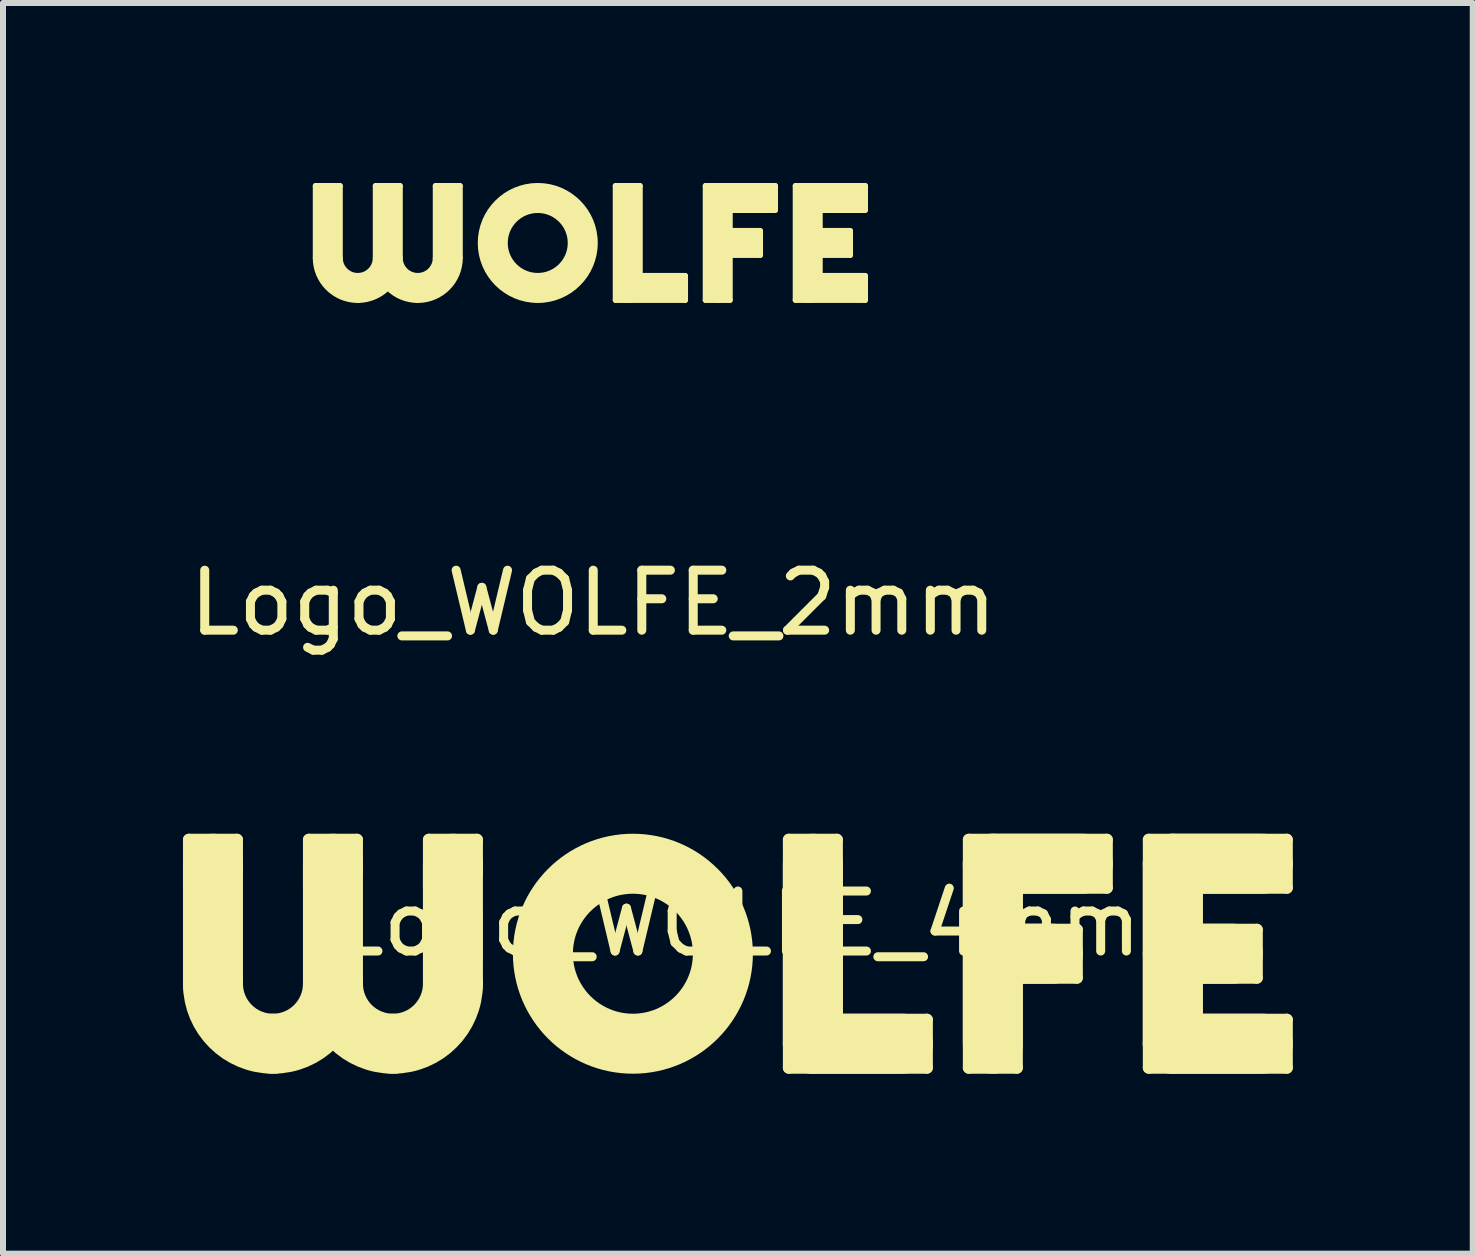
<source format=kicad_pcb>
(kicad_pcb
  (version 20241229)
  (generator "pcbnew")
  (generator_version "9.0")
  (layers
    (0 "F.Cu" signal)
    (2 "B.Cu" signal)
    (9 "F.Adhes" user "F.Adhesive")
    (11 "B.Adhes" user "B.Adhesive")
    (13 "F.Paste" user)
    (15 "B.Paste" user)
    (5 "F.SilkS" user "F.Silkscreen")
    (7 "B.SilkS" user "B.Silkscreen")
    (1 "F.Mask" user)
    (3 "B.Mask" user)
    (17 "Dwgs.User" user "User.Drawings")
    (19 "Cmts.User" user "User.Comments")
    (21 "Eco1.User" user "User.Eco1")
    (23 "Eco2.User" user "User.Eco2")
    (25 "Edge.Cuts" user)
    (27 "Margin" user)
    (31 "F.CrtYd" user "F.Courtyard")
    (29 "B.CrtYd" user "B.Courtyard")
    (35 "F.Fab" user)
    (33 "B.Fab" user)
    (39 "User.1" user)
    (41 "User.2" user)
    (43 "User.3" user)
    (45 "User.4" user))
  (footprint "Logo_WOLFE_4mm"
    (layer "F.Cu")
    (at 9.25 12.848)
    (property "Reference" "Logo_WOLFE_4mm" (at 0 -0.5 0) (unlocked yes) (layer "F.SilkS") (effects (font (size 1 1) (thickness 0.15))))
    (attr smd board_only exclude_from_pos_files exclude_from_bom allow_missing_courtyard)
    (fp_line (start -9.15 -1.1) (end -9.15 -1.9) (stroke (width 0.2) (type solid)) (layer "F.SilkS"))
    (fp_line (start -8.75 0.5) (end -8.75 -1.5) (stroke (width 1) (type solid)) (layer "F.SilkS"))
    (fp_line (start -8.35 -1.9) (end -9.15 -1.9) (stroke (width 0.2) (type solid)) (layer "F.SilkS"))
    (fp_line (start -8.35 -1.35) (end -8.35 -1.9) (stroke (width 0.2) (type solid)) (layer "F.SilkS"))
    (fp_line (start -7.15 -1.1) (end -7.15 -1.9) (stroke (width 0.2) (type solid)) (layer "F.SilkS"))
    (fp_line (start -6.75 0.5) (end -6.75 -1.5) (stroke (width 1) (type solid)) (layer "F.SilkS"))
    (fp_line (start -6.35 -1.9) (end -7.15 -1.9) (stroke (width 0.2) (type solid)) (layer "F.SilkS"))
    (fp_line (start -6.35 -1.35) (end -6.35 -1.9) (stroke (width 0.2) (type solid)) (layer "F.SilkS"))
    (fp_line (start -5.15 -1.1) (end -5.15 -1.9) (stroke (width 0.2) (type solid)) (layer "F.SilkS"))
    (fp_line (start -4.75 0.5) (end -4.75 -1.5) (stroke (width 1) (type solid)) (layer "F.SilkS"))
    (fp_line (start -4.35 -1.9) (end -5.15 -1.9) (stroke (width 0.2) (type solid)) (layer "F.SilkS"))
    (fp_line (start -4.35 -1.35) (end -4.35 -1.9) (stroke (width 0.2) (type solid)) (layer "F.SilkS"))
    (fp_line (start 0.85 1.9) (end 0.85 -1.9) (stroke (width 0.2) (type solid)) (layer "F.SilkS"))
    (fp_line (start 0.85 1.9) (end 3.15 1.9) (stroke (width 0.2) (type solid)) (layer "F.SilkS"))
    (fp_line (start 1.25 -1.5) (end 1.25 1.5) (stroke (width 1) (type solid)) (layer "F.SilkS"))
    (fp_line (start 1.25 1.5) (end 2.75 1.5) (stroke (width 1) (type solid)) (layer "F.SilkS"))
    (fp_line (start 1.65 -1.9) (end 0.85 -1.9) (stroke (width 0.2) (type solid)) (layer "F.SilkS"))
    (fp_line (start 1.65 1.1) (end 1.65 -1.9) (stroke (width 0.2) (type solid)) (layer "F.SilkS"))
    (fp_line (start 1.65 1.1) (end 3.15 1.1) (stroke (width 0.2) (type solid)) (layer "F.SilkS"))
    (fp_line (start 3.15 1.9) (end 3.15 1.1) (stroke (width 0.2) (type solid)) (layer "F.SilkS"))
    (fp_line (start 3.85 -1.9) (end 6.15 -1.9) (stroke (width 0.2) (type solid)) (layer "F.SilkS"))
    (fp_line (start 3.85 1.9) (end 3.85 -1.9) (stroke (width 0.2) (type solid)) (layer "F.SilkS"))
    (fp_line (start 4.25 -1.5) (end 4.25 1.5) (stroke (width 1) (type solid)) (layer "F.SilkS"))
    (fp_line (start 4.25 -1.5) (end 5.75 -1.5) (stroke (width 1) (type solid)) (layer "F.SilkS"))
    (fp_line (start 4.25 0) (end 5.25 0) (stroke (width 1) (type solid)) (layer "F.SilkS"))
    (fp_line (start 4.65 -1.1) (end 6.15 -1.1) (stroke (width 0.2) (type solid)) (layer "F.SilkS"))
    (fp_line (start 4.65 -0.4) (end 4.65 -1.1) (stroke (width 0.2) (type solid)) (layer "F.SilkS"))
    (fp_line (start 4.65 -0.4) (end 5.65 -0.4) (stroke (width 0.2) (type solid)) (layer "F.SilkS"))
    (fp_line (start 4.65 0.4) (end 5.65 0.4) (stroke (width 0.2) (type solid)) (layer "F.SilkS"))
    (fp_line (start 4.65 1.9) (end 3.85 1.9) (stroke (width 0.2) (type solid)) (layer "F.SilkS"))
    (fp_line (start 4.65 1.9) (end 4.65 0.4) (stroke (width 0.2) (type solid)) (layer "F.SilkS"))
    (fp_line (start 5.65 0.4) (end 5.65 -0.4) (stroke (width 0.2) (type solid)) (layer "F.SilkS"))
    (fp_line (start 6.15 -1.1) (end 6.15 -1.9) (stroke (width 0.2) (type solid)) (layer "F.SilkS"))
    (fp_line (start 6.85 -1.9) (end 9.15 -1.9) (stroke (width 0.2) (type solid)) (layer "F.SilkS"))
    (fp_line (start 6.85 1.9) (end 6.85 -1.9) (stroke (width 0.2) (type solid)) (layer "F.SilkS"))
    (fp_line (start 6.85 1.9) (end 9.15 1.9) (stroke (width 0.2) (type solid)) (layer "F.SilkS"))
    (fp_line (start 7.25 -1.5) (end 7.25 1.5) (stroke (width 1) (type solid)) (layer "F.SilkS"))
    (fp_line (start 7.25 -1.5) (end 8.75 -1.5) (stroke (width 1) (type solid)) (layer "F.SilkS"))
    (fp_line (start 7.25 0) (end 8.25 0) (stroke (width 1) (type solid)) (layer "F.SilkS"))
    (fp_line (start 7.25 1.5) (end 8.75 1.5) (stroke (width 1) (type solid)) (layer "F.SilkS"))
    (fp_line (start 7.65 -1.1) (end 9.15 -1.1) (stroke (width 0.2) (type solid)) (layer "F.SilkS"))
    (fp_line (start 7.65 -0.4) (end 7.65 -1.1) (stroke (width 0.2) (type solid)) (layer "F.SilkS"))
    (fp_line (start 7.65 -0.4) (end 8.65 -0.4) (stroke (width 0.2) (type solid)) (layer "F.SilkS"))
    (fp_line (start 7.65 0.4) (end 8.65 0.4) (stroke (width 0.2) (type solid)) (layer "F.SilkS"))
    (fp_line (start 7.65 1.1) (end 7.65 0.4) (stroke (width 0.2) (type solid)) (layer "F.SilkS"))
    (fp_line (start 7.65 1.1) (end 9.15 1.1) (stroke (width 0.2) (type solid)) (layer "F.SilkS"))
    (fp_line (start 8.65 0.4) (end 8.65 -0.4) (stroke (width 0.2) (type solid)) (layer "F.SilkS"))
    (fp_line (start 9.15 -1.1) (end 9.15 -1.9) (stroke (width 0.2) (type solid)) (layer "F.SilkS"))
    (fp_line (start 9.15 1.9) (end 9.15 1.1) (stroke (width 0.2) (type solid)) (layer "F.SilkS"))
    (fp_arc (start -7.75 1.5) (mid -8.457107 1.207107) (end -8.75 0.5) (stroke (width 1) (type solid)) (layer "F.SilkS"))
    (fp_arc (start -6.75 0.5) (mid -7.042893 1.207107) (end -7.75 1.5) (stroke (width 1) (type solid)) (layer "F.SilkS"))
    (fp_arc (start -5.75 1.5) (mid -6.457107 1.207107) (end -6.75 0.5) (stroke (width 1) (type solid)) (layer "F.SilkS"))
    (fp_arc (start -4.75 0.5) (mid -5.042893 1.207107) (end -5.75 1.5) (stroke (width 1) (type solid)) (layer "F.SilkS"))
    (fp_circle (center -1.75 0) (end -0.25 0) (stroke (width 1) (type solid)) (fill no) (layer "F.SilkS")))
  (footprint "Logo_WOLFE_2mm"
    (layer "F.Cu")
    (at 6.789 1)
    (property "Reference" "Logo_WOLFE_2mm" (at 0.05 6 0) (unlocked yes) (layer "F.SilkS") (effects (font (size 1 1) (thickness 0.15))))
    (attr smd board_only exclude_from_pos_files exclude_from_bom allow_missing_courtyard)
    (fp_line (start -4.575 -0.95) (end -4.175 -0.95) (stroke (width 0.1) (type solid)) (layer "F.SilkS"))
    (fp_line (start -4.575 0.25) (end -4.575 -0.95) (stroke (width 0.1) (type solid)) (layer "F.SilkS"))
    (fp_line (start -4.37 -0.8) (end -4.37 0.25) (stroke (width 0.4) (type solid)) (layer "F.SilkS"))
    (fp_line (start -4.175 0.25) (end -4.175 -0.95) (stroke (width 0.1) (type solid)) (layer "F.SilkS"))
    (fp_line (start -3.575 -0.95) (end -3.175 -0.95) (stroke (width 0.1) (type solid)) (layer "F.SilkS"))
    (fp_line (start -3.575 0.25) (end -3.575 -0.95) (stroke (width 0.1) (type solid)) (layer "F.SilkS"))
    (fp_line (start -3.37 -0.8) (end -3.37 0.25) (stroke (width 0.4) (type solid)) (layer "F.SilkS"))
    (fp_line (start -3.175 0.25) (end -3.175 -0.95) (stroke (width 0.1) (type solid)) (layer "F.SilkS"))
    (fp_line (start -2.575 -0.95) (end -2.175 -0.95) (stroke (width 0.1) (type solid)) (layer "F.SilkS"))
    (fp_line (start -2.575 0.25) (end -2.575 -0.95) (stroke (width 0.1) (type solid)) (layer "F.SilkS"))
    (fp_line (start -2.37 -0.8) (end -2.37 0.25) (stroke (width 0.4) (type solid)) (layer "F.SilkS"))
    (fp_line (start -2.175 0.25) (end -2.175 -0.95) (stroke (width 0.1) (type solid)) (layer "F.SilkS"))
    (fp_line (start 0.425 -0.95) (end 0.825 -0.95) (stroke (width 0.1) (type solid)) (layer "F.SilkS"))
    (fp_line (start 0.425 0.95) (end 0.425 -0.95) (stroke (width 0.1) (type solid)) (layer "F.SilkS"))
    (fp_line (start 0.425 0.95) (end 1.58 0.95) (stroke (width 0.1) (type solid)) (layer "F.SilkS"))
    (fp_line (start 0.63 -0.8) (end 0.63 0.8) (stroke (width 0.4) (type solid)) (layer "F.SilkS"))
    (fp_line (start 0.825 0.55) (end 0.825 -0.95) (stroke (width 0.1) (type solid)) (layer "F.SilkS"))
    (fp_line (start 0.825 0.55) (end 1.58 0.55) (stroke (width 0.1) (type solid)) (layer "F.SilkS"))
    (fp_line (start 1.43 0.75) (end 0.58 0.75) (stroke (width 0.4) (type solid)) (layer "F.SilkS"))
    (fp_line (start 1.58 0.55) (end 1.58 0.95) (stroke (width 0.1) (type solid)) (layer "F.SilkS"))
    (fp_line (start 1.925 -0.95) (end 3.08 -0.95) (stroke (width 0.1) (type solid)) (layer "F.SilkS"))
    (fp_line (start 1.925 0.95) (end 1.925 -0.95) (stroke (width 0.1) (type solid)) (layer "F.SilkS"))
    (fp_line (start 1.925 0.95) (end 2.325 0.95) (stroke (width 0.1) (type solid)) (layer "F.SilkS"))
    (fp_line (start 2.13 0.8) (end 2.13 -0.8) (stroke (width 0.4) (type solid)) (layer "F.SilkS"))
    (fp_line (start 2.325 -0.55) (end 2.325 -0.2) (stroke (width 0.1) (type solid)) (layer "F.SilkS"))
    (fp_line (start 2.325 -0.55) (end 3.08 -0.55) (stroke (width 0.1) (type solid)) (layer "F.SilkS"))
    (fp_line (start 2.325 -0.2) (end 2.83 -0.2) (stroke (width 0.1) (type solid)) (layer "F.SilkS"))
    (fp_line (start 2.325 0.2) (end 2.325 0.95) (stroke (width 0.1) (type solid)) (layer "F.SilkS"))
    (fp_line (start 2.325 0.2) (end 2.83 0.2) (stroke (width 0.1) (type solid)) (layer "F.SilkS"))
    (fp_line (start 2.68 0) (end 2.13 0) (stroke (width 0.4) (type solid)) (layer "F.SilkS"))
    (fp_line (start 2.83 -0.2) (end 2.83 0.2) (stroke (width 0.1) (type solid)) (layer "F.SilkS"))
    (fp_line (start 2.93 -0.75) (end 2.08 -0.75) (stroke (width 0.4) (type solid)) (layer "F.SilkS"))
    (fp_line (start 3.08 -0.95) (end 3.08 -0.55) (stroke (width 0.1) (type solid)) (layer "F.SilkS"))
    (fp_line (start 3.425 -0.95) (end 4.58 -0.95) (stroke (width 0.1) (type solid)) (layer "F.SilkS"))
    (fp_line (start 3.425 0.95) (end 3.425 -0.95) (stroke (width 0.1) (type solid)) (layer "F.SilkS"))
    (fp_line (start 3.425 0.95) (end 4.58 0.95) (stroke (width 0.1) (type solid)) (layer "F.SilkS"))
    (fp_line (start 3.63 0.8) (end 3.63 -0.8) (stroke (width 0.4) (type solid)) (layer "F.SilkS"))
    (fp_line (start 3.825 -0.55) (end 3.825 -0.2) (stroke (width 0.1) (type solid)) (layer "F.SilkS"))
    (fp_line (start 3.825 -0.55) (end 4.58 -0.55) (stroke (width 0.1) (type solid)) (layer "F.SilkS"))
    (fp_line (start 3.825 -0.2) (end 4.33 -0.2) (stroke (width 0.1) (type solid)) (layer "F.SilkS"))
    (fp_line (start 3.825 0.2) (end 3.825 0.55) (stroke (width 0.1) (type solid)) (layer "F.SilkS"))
    (fp_line (start 3.825 0.2) (end 4.33 0.2) (stroke (width 0.1) (type solid)) (layer "F.SilkS"))
    (fp_line (start 3.825 0.55) (end 4.58 0.55) (stroke (width 0.1) (type solid)) (layer "F.SilkS"))
    (fp_line (start 4.18 0) (end 3.63 0) (stroke (width 0.4) (type solid)) (layer "F.SilkS"))
    (fp_line (start 4.33 -0.2) (end 4.33 0.2) (stroke (width 0.1) (type solid)) (layer "F.SilkS"))
    (fp_line (start 4.43 -0.75) (end 3.58 -0.75) (stroke (width 0.4) (type solid)) (layer "F.SilkS"))
    (fp_line (start 4.43 0.75) (end 3.58 0.75) (stroke (width 0.4) (type solid)) (layer "F.SilkS"))
    (fp_line (start 4.58 -0.95) (end 4.58 -0.55) (stroke (width 0.1) (type solid)) (layer "F.SilkS"))
    (fp_line (start 4.58 0.55) (end 4.58 0.95) (stroke (width 0.1) (type solid)) (layer "F.SilkS"))
    (fp_arc (start -3.875 0.55) (mid -4.087132 0.462132) (end -4.175 0.25) (stroke (width 0.1) (type solid)) (layer "F.SilkS"))
    (fp_arc (start -3.875 0.755025) (mid -4.232107 0.607107) (end -4.380025 0.25) (stroke (width 0.4) (type solid)) (layer "F.SilkS"))
    (fp_arc (start -3.875 0.95) (mid -4.369975 0.744975) (end -4.575 0.25) (stroke (width 0.1) (type solid)) (layer "F.SilkS"))
    (fp_arc (start -3.575 0.25) (mid -3.662868 0.462132) (end -3.875 0.55) (stroke (width 0.1) (type solid)) (layer "F.SilkS"))
    (fp_arc (start -3.380025 0.744975) (mid -3.607121 0.896716) (end -3.875 0.95) (stroke (width 0.1) (type solid)) (layer "F.SilkS"))
    (fp_arc (start -3.369975 0.25) (mid -3.517893 0.607107) (end -3.875 0.755025) (stroke (width 0.4) (type solid)) (layer "F.SilkS"))
    (fp_arc (start -2.875 0.55) (mid -3.087132 0.462132) (end -3.175 0.25) (stroke (width 0.1) (type solid)) (layer "F.SilkS"))
    (fp_arc (start -2.875 0.95) (mid -3.142878 0.896716) (end -3.369975 0.744975) (stroke (width 0.1) (type solid)) (layer "F.SilkS"))
    (fp_arc (start -2.874999 0.755026) (mid -3.232106 0.607108) (end -3.380024 0.250001) (stroke (width 0.4) (type solid)) (layer "F.SilkS"))
    (fp_arc (start -2.575 0.25) (mid -2.662868 0.462132) (end -2.875 0.55) (stroke (width 0.1) (type solid)) (layer "F.SilkS"))
    (fp_arc (start -2.369975 0.25) (mid -2.517893 0.607107) (end -2.875 0.755025) (stroke (width 0.4) (type solid)) (layer "F.SilkS"))
    (fp_arc (start -2.175 0.25) (mid -2.380025 0.744975) (end -2.875 0.95) (stroke (width 0.1) (type solid)) (layer "F.SilkS"))
    (fp_circle (center -0.875 0) (end -0.325 0) (stroke (width 0.1) (type solid)) (fill no) (layer "F.SilkS"))
    (fp_circle (center -0.875 0) (end -0.13 0) (stroke (width 0.4) (type solid)) (fill no) (layer "F.SilkS"))
    (fp_circle (center -0.875 0) (end 0.075 0) (stroke (width 0.1) (type solid)) (fill no) (layer "F.SilkS")))
  (gr_rect
    (start -3 -3)
    (end 21.5 17.848)
    (stroke (width 0.1) (type default))
    (fill no)
    (layer "Edge.Cuts")))
</source>
